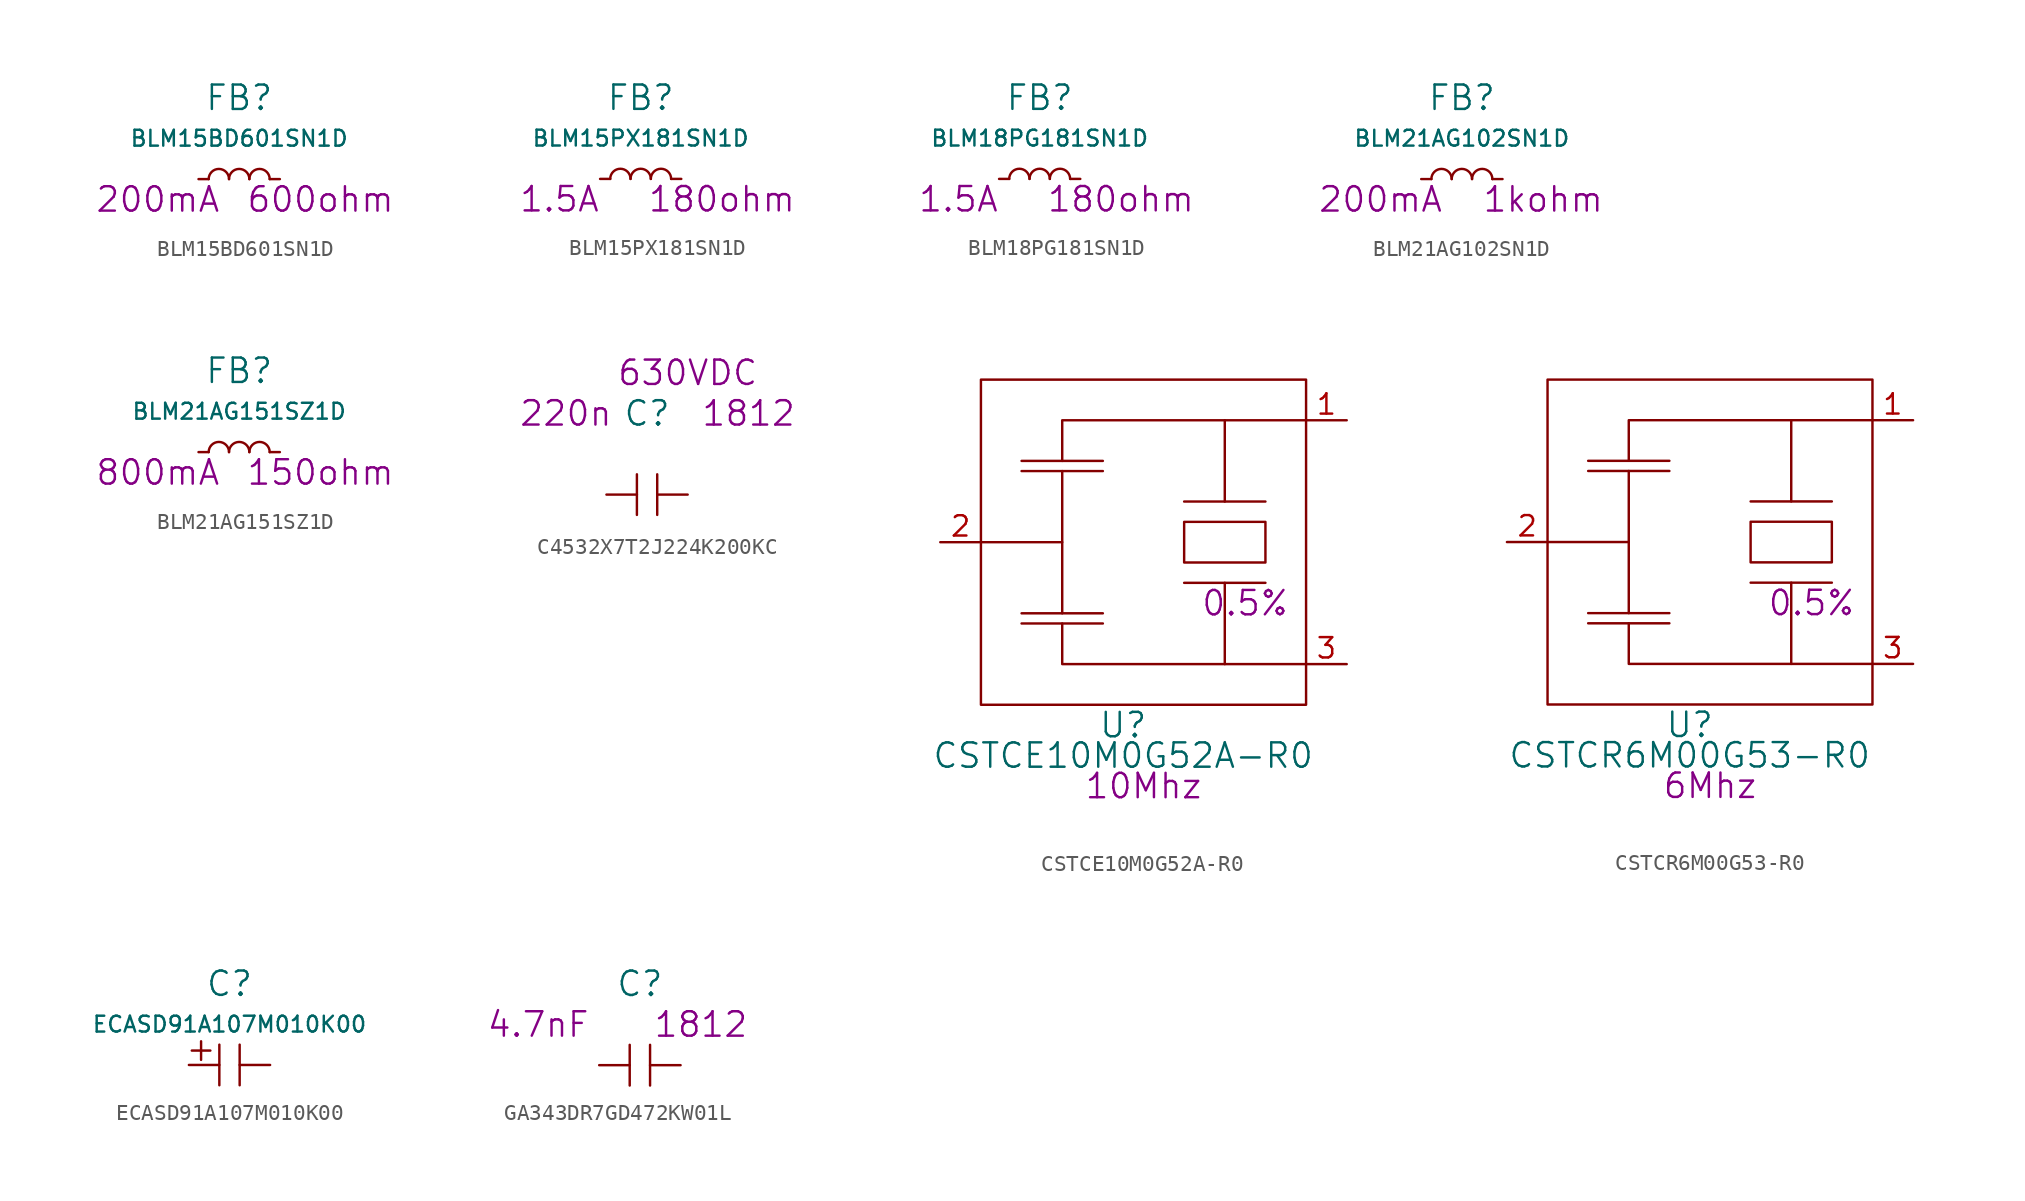
<source format=kicad_sym>
(kicad_symbol_lib
  (version 20220914)
  (generator kicad_symbol_editor)
  (symbol "BLM15BD601SN1D"
    (pin_numbers hide)
    (pin_names
      (offset 1.016) hide)
    (property "Reference" "FB"
      (at 0 5.08 0)
      (effects (font (size 1.524 1.524))))
    (property "Value" "BLM15BD601SN1D"
      (at 0 2.54 0)
      (effects (font (size 0.991 0.991))))
    (property "Rating" "200mA"
      (at -5.08 -1.27 0)
      (effects (font (size 1.524 1.524))))
    (property "Value2" "600ohm"
      (at 5.08 -1.27 0)
      (effects (font (size 1.524 1.524))))
    (symbol "BLM15BD601SN1D_0_1"
      (arc (start -0.635 0) (mid -1.27 0.6323) (end -1.905 0) (stroke (width 0) (type solid)) (fill (type none)))
      (arc (start 0.635 0) (mid 0 0.6323) (end -0.635 0) (stroke (width 0) (type solid)) (fill (type none)))
      (arc (start 1.905 0) (mid 1.27 0.6323) (end 0.635 0) (stroke (width 0) (type solid)) (fill (type none))))
    (symbol "BLM15BD601SN1D_1_1"
      (pin input line (at -2.54 0 0) (length 0.635) (name "1" (effects (font (size 1.27 1.27)))) (number "1" (effects (font (size 1.27 1.27)))))
      (pin input line (at 2.54 0 180) (length 0.635) (name "2" (effects (font (size 1.27 1.27)))) (number "2" (effects (font (size 1.27 1.27)))))))
  (symbol "BLM15PX181SN1D"
    (pin_numbers hide)
    (pin_names
      (offset 1.016) hide)
    (property "Reference" "FB"
      (at 0 5.08 0)
      (effects (font (size 1.524 1.524))))
    (property "Value" "BLM15PX181SN1D"
      (at 0 2.54 0)
      (effects (font (size 0.991 0.991))))
    (property "Rating" "1.5A"
      (at -5.08 -1.27 0)
      (effects (font (size 1.524 1.524))))
    (property "Value2" "180ohm"
      (at 5.08 -1.27 0)
      (effects (font (size 1.524 1.524))))
    (symbol "BLM15PX181SN1D_0_1"
      (arc (start -0.635 0) (mid -1.27 0.6323) (end -1.905 0) (stroke (width 0) (type solid)) (fill (type none)))
      (arc (start 0.635 0) (mid 0 0.6323) (end -0.635 0) (stroke (width 0) (type solid)) (fill (type none)))
      (arc (start 1.905 0) (mid 1.27 0.6323) (end 0.635 0) (stroke (width 0) (type solid)) (fill (type none))))
    (symbol "BLM15PX181SN1D_1_1"
      (pin input line (at -2.54 0 0) (length 0.635) (name "1" (effects (font (size 1.27 1.27)))) (number "1" (effects (font (size 1.27 1.27)))))
      (pin input line (at 2.54 0 180) (length 0.635) (name "2" (effects (font (size 1.27 1.27)))) (number "2" (effects (font (size 1.27 1.27)))))))
  (symbol "BLM18PG181SN1D"
    (pin_numbers hide)
    (pin_names
      (offset 1.016) hide)
    (property "Reference" "FB"
      (at 0 5.08 0)
      (effects (font (size 1.524 1.524))))
    (property "Value" "BLM18PG181SN1D"
      (at 0 2.54 0)
      (effects (font (size 0.991 0.991))))
    (property "Rating" "1.5A"
      (at -5.08 -1.27 0)
      (effects (font (size 1.524 1.524))))
    (property "Value2" "180ohm"
      (at 5.08 -1.27 0)
      (effects (font (size 1.524 1.524))))
    (symbol "BLM18PG181SN1D_0_1"
      (arc (start -0.635 0) (mid -1.27 0.6323) (end -1.905 0) (stroke (width 0) (type solid)) (fill (type none)))
      (arc (start 0.635 0) (mid 0 0.6323) (end -0.635 0) (stroke (width 0) (type solid)) (fill (type none)))
      (arc (start 1.905 0) (mid 1.27 0.6323) (end 0.635 0) (stroke (width 0) (type solid)) (fill (type none))))
    (symbol "BLM18PG181SN1D_1_1"
      (pin input line (at -2.54 0 0) (length 0.635) (name "1" (effects (font (size 1.27 1.27)))) (number "1" (effects (font (size 1.27 1.27)))))
      (pin input line (at 2.54 0 180) (length 0.635) (name "2" (effects (font (size 1.27 1.27)))) (number "2" (effects (font (size 1.27 1.27)))))))
  (symbol "BLM21AG102SN1D"
    (pin_numbers hide)
    (pin_names
      (offset 1.016) hide)
    (property "Reference" "FB"
      (at 0 5.08 0)
      (effects (font (size 1.524 1.524))))
    (property "Value" "BLM21AG102SN1D"
      (at 0 2.54 0)
      (effects (font (size 0.991 0.991))))
    (property "Rating" "200mA"
      (at -5.08 -1.27 0)
      (effects (font (size 1.524 1.524))))
    (property "Value2" "1kohm"
      (at 5.08 -1.27 0)
      (effects (font (size 1.524 1.524))))
    (symbol "BLM21AG102SN1D_0_1"
      (arc (start -0.635 0) (mid -1.27 0.6323) (end -1.905 0) (stroke (width 0) (type solid)) (fill (type none)))
      (arc (start 0.635 0) (mid 0 0.6323) (end -0.635 0) (stroke (width 0) (type solid)) (fill (type none)))
      (arc (start 1.905 0) (mid 1.27 0.6323) (end 0.635 0) (stroke (width 0) (type solid)) (fill (type none))))
    (symbol "BLM21AG102SN1D_1_1"
      (pin input line (at -2.54 0 0) (length 0.635) (name "1" (effects (font (size 1.27 1.27)))) (number "1" (effects (font (size 1.27 1.27)))))
      (pin input line (at 2.54 0 180) (length 0.635) (name "2" (effects (font (size 1.27 1.27)))) (number "2" (effects (font (size 1.27 1.27)))))))
  (symbol "BLM21AG151SZ1D"
    (pin_numbers hide)
    (pin_names
      (offset 1.016) hide)
    (property "Reference" "FB"
      (at 0 5.08 0)
      (effects (font (size 1.524 1.524))))
    (property "Value" "BLM21AG151SZ1D"
      (at 0 2.54 0)
      (effects (font (size 0.991 0.991))))
    (property "Datasheet" ""
      (at 0 5.08 0)
      (effects (font (size 1.524 1.524))))
    (property "Rating" "800mA"
      (at -5.08 -1.27 0)
      (effects (font (size 1.524 1.524))))
    (property "Value2" "150ohm"
      (at 5.08 -1.27 0)
      (effects (font (size 1.524 1.524))))
    (symbol "BLM21AG151SZ1D_0_1"
      (arc (start -0.635 0) (mid -1.27 0.6323) (end -1.905 0) (stroke (width 0) (type solid)) (fill (type none)))
      (arc (start 0.635 0) (mid 0 0.6323) (end -0.635 0) (stroke (width 0) (type solid)) (fill (type none)))
      (arc (start 1.905 0) (mid 1.27 0.6323) (end 0.635 0) (stroke (width 0) (type solid)) (fill (type none))))
    (symbol "BLM21AG151SZ1D_1_1"
      (pin input line (at -2.54 0 0) (length 0.635) (name "1" (effects (font (size 1.27 1.27)))) (number "1" (effects (font (size 1.27 1.27)))))
      (pin input line (at 2.54 0 180) (length 0.635) (name "2" (effects (font (size 1.27 1.27)))) (number "2" (effects (font (size 1.27 1.27)))))))
  (symbol "C4532X7T2J224K200KC"
    (pin_numbers hide)
    (pin_names
      (offset 1.016) hide)
    (property "Reference" "C"
      (at 0 5.08 0)
      (effects (font (size 1.524 1.524))))
    (property "Datasheet" ""
      (at 0 5.08 0)
      (effects (font (size 1.524 1.524))))
    (property "Value2" "220n"
      (at -5.08 5.08 0)
      (effects (font (size 1.524 1.524))))
    (property "Size" "1812"
      (at 6.35 5.08 0)
      (effects (font (size 1.524 1.524))))
    (property "Rating" "630VDC"
      (at 2.54 7.62 0)
      (effects (font (size 1.524 1.524))))
    (symbol "C4532X7T2J224K200KC_0_1"
      (polyline (pts (xy -0.635 -1.27) (xy -0.635 1.27)) (stroke (width 0) (type solid)) (fill (type none)))
      (polyline (pts (xy 0.635 1.27) (xy 0.635 -1.27)) (stroke (width 0) (type solid)) (fill (type none))))
    (symbol "C4532X7T2J224K200KC_1_1"
      (pin passive line (at -2.54 0 0) (length 1.905) (name "1" (effects (font (size 1.27 1.27)))) (number "1" (effects (font (size 1.27 1.27)))))
      (pin passive line (at 2.54 0 180) (length 1.905) (name "2" (effects (font (size 1.27 1.27)))) (number "2" (effects (font (size 1.27 1.27)))))))
  (symbol "CSTCE10M0G52A-R0"
    (pin_names
      (offset 1.016) hide)
    (property "Reference" "U"
      (at 8.89 -1.27 0)
      (effects (font (size 1.524 1.524))))
    (property "Value" "CSTCE10M0G52A-R0"
      (at 8.89 -3.175 0)
      (effects (font (size 1.524 1.524))))
    (property "Rating" "10Mhz"
      (at 10.16 -5.08 0)
      (effects (font (size 1.524 1.524))))
    (property "Tolerance" "0.5%"
      (at 16.51 6.35 0)
      (effects (font (size 1.524 1.524))))
    (symbol "CSTCE10M0G52A-R0_0_1"
      (polyline (pts (xy 0 10.16) (xy 5.08 10.16)) (stroke (width 0) (type solid)) (fill (type none)))
      (polyline (pts (xy 2.54 5.08) (xy 7.62 5.08)) (stroke (width 0) (type solid)) (fill (type none)))
      (polyline (pts (xy 2.54 5.715) (xy 7.62 5.715)) (stroke (width 0) (type solid)) (fill (type none)))
      (polyline (pts (xy 2.54 14.605) (xy 7.62 14.605)) (stroke (width 0) (type solid)) (fill (type none)))
      (polyline (pts (xy 2.54 15.24) (xy 7.62 15.24)) (stroke (width 0) (type solid)) (fill (type none)))
      (polyline (pts (xy 5.08 14.605) (xy 5.08 5.715)) (stroke (width 0) (type solid)) (fill (type none)))
      (polyline (pts (xy 12.7 7.62) (xy 17.78 7.62)) (stroke (width 0) (type solid)) (fill (type none)))
      (polyline (pts (xy 12.7 12.7) (xy 17.78 12.7)) (stroke (width 0) (type solid)) (fill (type none)))
      (polyline (pts (xy 15.24 2.54) (xy 5.08 2.54) (xy 5.08 5.08)) (stroke (width 0) (type solid)) (fill (type none)))
      (polyline (pts (xy 15.24 17.78) (xy 5.08 17.78) (xy 5.08 15.24)) (stroke (width 0) (type solid)) (fill (type none)))
      (polyline (pts (xy 20.32 2.54) (xy 15.24 2.54) (xy 15.24 7.62)) (stroke (width 0) (type solid)) (fill (type none)))
      (polyline (pts (xy 20.32 17.78) (xy 15.24 17.78) (xy 15.24 12.7)) (stroke (width 0) (type solid)) (fill (type none)))
      (polyline (pts (xy 12.7 11.43) (xy 12.7 8.89) (xy 17.78 8.89) (xy 17.78 11.43) (xy 12.7 11.43)) (stroke (width 0) (type solid)) (fill (type none))))
    (symbol "CSTCE10M0G52A-R0_1_1"
      (rectangle (start 0 0) (end 20.32 20.32) (stroke (width 0) (type solid)) (fill (type none)))
      (pin bidirectional line (at 22.86 17.78 180) (length 2.54) (name "X1" (effects (font (size 1.27 1.27)))) (number "1" (effects (font (size 1.27 1.27)))))
      (pin power_in line (at -2.54 10.16 0) (length 2.54) (name "VSS" (effects (font (size 1.27 1.27)))) (number "2" (effects (font (size 1.27 1.27)))))
      (pin bidirectional line (at 22.86 2.54 180) (length 2.54) (name "X2" (effects (font (size 1.27 1.27)))) (number "3" (effects (font (size 1.27 1.27)))))))
  (symbol "CSTCR6M00G53-R0"
    (pin_names
      (offset 1.016) hide)
    (property "Reference" "U"
      (at 8.89 -1.27 0)
      (effects (font (size 1.524 1.524))))
    (property "Value" "CSTCR6M00G53-R0"
      (at 8.89 -3.175 0)
      (effects (font (size 1.524 1.524))))
    (property "Rating" "6Mhz"
      (at 10.16 -5.08 0)
      (effects (font (size 1.524 1.524))))
    (property "Tolerance" "0.5%"
      (at 16.51 6.35 0)
      (effects (font (size 1.524 1.524))))
    (symbol "CSTCR6M00G53-R0_0_1"
      (polyline (pts (xy 0 10.16) (xy 5.08 10.16)) (stroke (width 0) (type solid)) (fill (type none)))
      (polyline (pts (xy 2.54 5.08) (xy 7.62 5.08)) (stroke (width 0) (type solid)) (fill (type none)))
      (polyline (pts (xy 2.54 5.715) (xy 7.62 5.715)) (stroke (width 0) (type solid)) (fill (type none)))
      (polyline (pts (xy 2.54 14.605) (xy 7.62 14.605)) (stroke (width 0) (type solid)) (fill (type none)))
      (polyline (pts (xy 2.54 15.24) (xy 7.62 15.24)) (stroke (width 0) (type solid)) (fill (type none)))
      (polyline (pts (xy 5.08 14.605) (xy 5.08 5.715)) (stroke (width 0) (type solid)) (fill (type none)))
      (polyline (pts (xy 12.7 7.62) (xy 17.78 7.62)) (stroke (width 0) (type solid)) (fill (type none)))
      (polyline (pts (xy 12.7 12.7) (xy 17.78 12.7)) (stroke (width 0) (type solid)) (fill (type none)))
      (polyline (pts (xy 15.24 2.54) (xy 5.08 2.54) (xy 5.08 5.08)) (stroke (width 0) (type solid)) (fill (type none)))
      (polyline (pts (xy 15.24 17.78) (xy 5.08 17.78) (xy 5.08 15.24)) (stroke (width 0) (type solid)) (fill (type none)))
      (polyline (pts (xy 20.32 2.54) (xy 15.24 2.54) (xy 15.24 7.62)) (stroke (width 0) (type solid)) (fill (type none)))
      (polyline (pts (xy 20.32 17.78) (xy 15.24 17.78) (xy 15.24 12.7)) (stroke (width 0) (type solid)) (fill (type none)))
      (polyline (pts (xy 12.7 11.43) (xy 12.7 8.89) (xy 17.78 8.89) (xy 17.78 11.43) (xy 12.7 11.43)) (stroke (width 0) (type solid)) (fill (type none))))
    (symbol "CSTCR6M00G53-R0_1_1"
      (rectangle (start 0 0) (end 20.32 20.32) (stroke (width 0) (type solid)) (fill (type none)))
      (pin bidirectional line (at 22.86 17.78 180) (length 2.54) (name "X1" (effects (font (size 1.27 1.27)))) (number "1" (effects (font (size 1.27 1.27)))))
      (pin power_in line (at -2.54 10.16 0) (length 2.54) (name "VSS" (effects (font (size 1.27 1.27)))) (number "2" (effects (font (size 1.27 1.27)))))
      (pin bidirectional line (at 22.86 2.54 180) (length 2.54) (name "X2" (effects (font (size 1.27 1.27)))) (number "3" (effects (font (size 1.27 1.27)))))))
  (symbol "ECASD91A107M010K00"
    (pin_numbers hide)
    (pin_names
      (offset 1.016) hide)
    (property "Reference" "C"
      (at 0 5.08 0)
      (effects (font (size 1.524 1.524))))
    (property "Value" "ECASD91A107M010K00"
      (at 0 2.54 0)
      (effects (font (size 0.991 0.991))))
    (property "Footprint" ""
      (at 0 0 0)
      (effects (font (size 1.524 1.524))))
    (property "Datasheet" ""
      (at 0 0 0)
      (effects (font (size 1.524 1.524))))
    (symbol "ECASD91A107M010K00_0_0"
      (text "+" (at -1.778 1.016 0) (effects (font (size 1.524 1.524)))))
    (symbol "ECASD91A107M010K00_0_1"
      (polyline (pts (xy -0.635 -1.27) (xy -0.635 1.27)) (stroke (width 0) (type solid)) (fill (type none)))
      (polyline (pts (xy 0.635 1.27) (xy 0.635 -1.27)) (stroke (width 0) (type solid)) (fill (type none))))
    (symbol "ECASD91A107M010K00_1_1"
      (pin input line (at -2.54 0 0) (length 1.905) (name "1" (effects (font (size 1.27 1.27)))) (number "1" (effects (font (size 1.27 1.27)))))
      (pin input line (at 2.54 0 180) (length 1.905) (name "2" (effects (font (size 1.27 1.27)))) (number "2" (effects (font (size 1.27 1.27)))))))
  (symbol "GA343DR7GD472KW01L"
    (pin_numbers hide)
    (pin_names
      (offset 1.016) hide)
    (property "Reference" "C"
      (at 0 5.08 0)
      (effects (font (size 1.524 1.524))))
    (property "Datasheet" ""
      (at 0 5.08 0)
      (effects (font (size 1.524 1.524))))
    (property "Value2" "4.7nF"
      (at -6.35 2.54 0)
      (effects (font (size 1.524 1.524))))
    (property "Size" "1812"
      (at 3.81 2.54 0)
      (effects (font (size 1.524 1.524))))
    (symbol "GA343DR7GD472KW01L_0_1"
      (polyline (pts (xy -0.635 -1.27) (xy -0.635 1.27)) (stroke (width 0) (type solid)) (fill (type none)))
      (polyline (pts (xy 0.635 1.27) (xy 0.635 -1.27)) (stroke (width 0) (type solid)) (fill (type none))))
    (symbol "GA343DR7GD472KW01L_1_1"
      (pin passive line (at -2.54 0 0) (length 1.905) (name "1" (effects (font (size 1.27 1.27)))) (number "1" (effects (font (size 1.27 1.27)))))
      (pin passive line (at 2.54 0 180) (length 1.905) (name "2" (effects (font (size 1.27 1.27)))) (number "2" (effects (font (size 1.27 1.27))))))))
</source>
